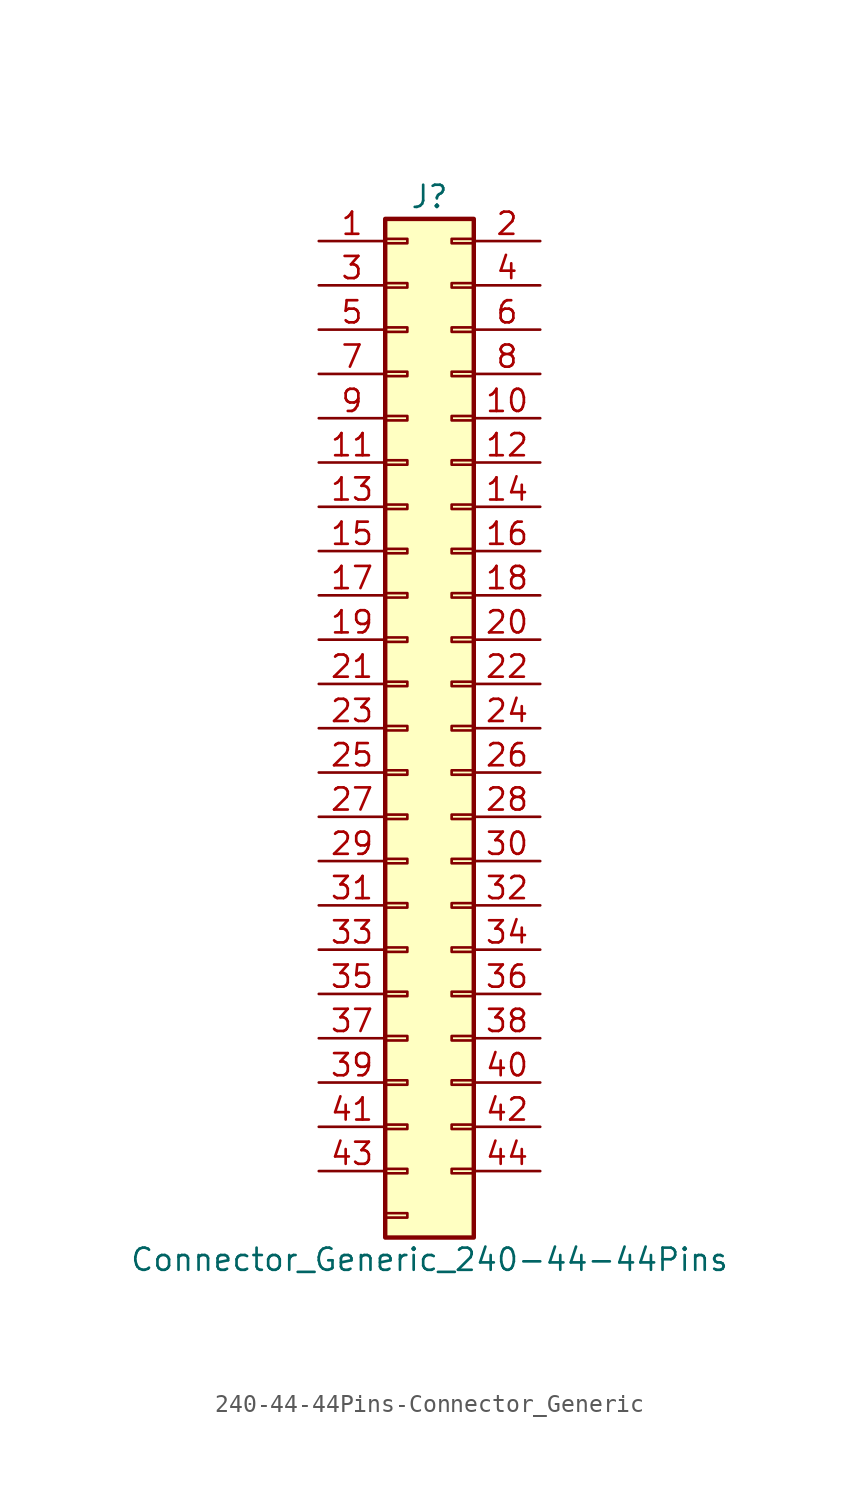
<source format=kicad_sym>
(kicad_symbol_lib
  (version 20220914)
  (generator kicad_symbol_editor)
  (symbol "240-44-44Pins-Connector_Generic"
    (pin_names
      (offset 1.016) hide)
    (property "Reference" "J"
      (at 1.27 30.48 0)
      (effects (font (size 1.27 1.27))))
    (property "Value" "Connector_Generic_240-44-44Pins"
      (at 1.27 -30.48 0)
      (effects (font (size 1.27 1.27))))
    (symbol "240-44-44Pins-Connector_Generic_1_1"
      (rectangle (start -1.27 -27.813) (end 0 -28.067) (stroke (width 0.152) (type solid)) (fill (type none)))
      (rectangle (start -1.27 -25.273) (end 0 -25.527) (stroke (width 0.152) (type solid)) (fill (type none)))
      (rectangle (start -1.27 -22.733) (end 0 -22.987) (stroke (width 0.152) (type solid)) (fill (type none)))
      (rectangle (start -1.27 -20.193) (end 0 -20.447) (stroke (width 0.152) (type solid)) (fill (type none)))
      (rectangle (start -1.27 -17.653) (end 0 -17.907) (stroke (width 0.152) (type solid)) (fill (type none)))
      (rectangle (start -1.27 -15.113) (end 0 -15.367) (stroke (width 0.152) (type solid)) (fill (type none)))
      (rectangle (start -1.27 -12.573) (end 0 -12.827) (stroke (width 0.152) (type solid)) (fill (type none)))
      (rectangle (start -1.27 -10.033) (end 0 -10.287) (stroke (width 0.152) (type solid)) (fill (type none)))
      (rectangle (start -1.27 -7.493) (end 0 -7.747) (stroke (width 0.152) (type solid)) (fill (type none)))
      (rectangle (start -1.27 -4.953) (end 0 -5.207) (stroke (width 0.152) (type solid)) (fill (type none)))
      (rectangle (start -1.27 -2.413) (end 0 -2.667) (stroke (width 0.152) (type solid)) (fill (type none)))
      (rectangle (start -1.27 0.127) (end 0 -0.127) (stroke (width 0.152) (type solid)) (fill (type none)))
      (rectangle (start -1.27 2.667) (end 0 2.413) (stroke (width 0.152) (type solid)) (fill (type none)))
      (rectangle (start -1.27 5.207) (end 0 4.953) (stroke (width 0.152) (type solid)) (fill (type none)))
      (rectangle (start -1.27 7.747) (end 0 7.493) (stroke (width 0.152) (type solid)) (fill (type none)))
      (rectangle (start -1.27 10.287) (end 0 10.033) (stroke (width 0.152) (type solid)) (fill (type none)))
      (rectangle (start -1.27 12.827) (end 0 12.573) (stroke (width 0.152) (type solid)) (fill (type none)))
      (rectangle (start -1.27 15.367) (end 0 15.113) (stroke (width 0.152) (type solid)) (fill (type none)))
      (rectangle (start -1.27 17.907) (end 0 17.653) (stroke (width 0.152) (type solid)) (fill (type none)))
      (rectangle (start -1.27 20.447) (end 0 20.193) (stroke (width 0.152) (type solid)) (fill (type none)))
      (rectangle (start -1.27 22.987) (end 0 22.733) (stroke (width 0.152) (type solid)) (fill (type none)))
      (rectangle (start -1.27 25.527) (end 0 25.273) (stroke (width 0.152) (type solid)) (fill (type none)))
      (rectangle (start -1.27 28.067) (end 0 27.813) (stroke (width 0.152) (type solid)) (fill (type none)))
      (rectangle (start -1.27 29.21) (end 3.81 -29.21) (stroke (width 0.254) (type solid)) (fill (type background)))
      (rectangle (start 3.81 -25.273) (end 2.54 -25.527) (stroke (width 0.152) (type solid)) (fill (type none)))
      (rectangle (start 3.81 -22.733) (end 2.54 -22.987) (stroke (width 0.152) (type solid)) (fill (type none)))
      (rectangle (start 3.81 -20.193) (end 2.54 -20.447) (stroke (width 0.152) (type solid)) (fill (type none)))
      (rectangle (start 3.81 -17.653) (end 2.54 -17.907) (stroke (width 0.152) (type solid)) (fill (type none)))
      (rectangle (start 3.81 -15.113) (end 2.54 -15.367) (stroke (width 0.152) (type solid)) (fill (type none)))
      (rectangle (start 3.81 -12.573) (end 2.54 -12.827) (stroke (width 0.152) (type solid)) (fill (type none)))
      (rectangle (start 3.81 -10.033) (end 2.54 -10.287) (stroke (width 0.152) (type solid)) (fill (type none)))
      (rectangle (start 3.81 -7.493) (end 2.54 -7.747) (stroke (width 0.152) (type solid)) (fill (type none)))
      (rectangle (start 3.81 -4.953) (end 2.54 -5.207) (stroke (width 0.152) (type solid)) (fill (type none)))
      (rectangle (start 3.81 -2.413) (end 2.54 -2.667) (stroke (width 0.152) (type solid)) (fill (type none)))
      (rectangle (start 3.81 0.127) (end 2.54 -0.127) (stroke (width 0.152) (type solid)) (fill (type none)))
      (rectangle (start 3.81 2.667) (end 2.54 2.413) (stroke (width 0.152) (type solid)) (fill (type none)))
      (rectangle (start 3.81 5.207) (end 2.54 4.953) (stroke (width 0.152) (type solid)) (fill (type none)))
      (rectangle (start 3.81 7.747) (end 2.54 7.493) (stroke (width 0.152) (type solid)) (fill (type none)))
      (rectangle (start 3.81 10.287) (end 2.54 10.033) (stroke (width 0.152) (type solid)) (fill (type none)))
      (rectangle (start 3.81 12.827) (end 2.54 12.573) (stroke (width 0.152) (type solid)) (fill (type none)))
      (rectangle (start 3.81 15.367) (end 2.54 15.113) (stroke (width 0.152) (type solid)) (fill (type none)))
      (rectangle (start 3.81 17.907) (end 2.54 17.653) (stroke (width 0.152) (type solid)) (fill (type none)))
      (rectangle (start 3.81 20.447) (end 2.54 20.193) (stroke (width 0.152) (type solid)) (fill (type none)))
      (rectangle (start 3.81 22.987) (end 2.54 22.733) (stroke (width 0.152) (type solid)) (fill (type none)))
      (rectangle (start 3.81 25.527) (end 2.54 25.273) (stroke (width 0.152) (type solid)) (fill (type none)))
      (rectangle (start 3.81 28.067) (end 2.54 27.813) (stroke (width 0.152) (type solid)) (fill (type none)))
      (pin passive line (at -5.08 27.94 0) (length 3.81) (name "Pin_1" (effects (font (size 1.27 1.27)))) (number "1" (effects (font (size 1.27 1.27)))))
      (pin passive line (at 7.62 17.78 180) (length 3.81) (name "Pin_10" (effects (font (size 1.27 1.27)))) (number "10" (effects (font (size 1.27 1.27)))))
      (pin passive line (at -5.08 15.24 0) (length 3.81) (name "Pin_11" (effects (font (size 1.27 1.27)))) (number "11" (effects (font (size 1.27 1.27)))))
      (pin passive line (at 7.62 15.24 180) (length 3.81) (name "Pin_12" (effects (font (size 1.27 1.27)))) (number "12" (effects (font (size 1.27 1.27)))))
      (pin passive line (at -5.08 12.7 0) (length 3.81) (name "Pin_13" (effects (font (size 1.27 1.27)))) (number "13" (effects (font (size 1.27 1.27)))))
      (pin passive line (at 7.62 12.7 180) (length 3.81) (name "Pin_14" (effects (font (size 1.27 1.27)))) (number "14" (effects (font (size 1.27 1.27)))))
      (pin passive line (at -5.08 10.16 0) (length 3.81) (name "Pin_15" (effects (font (size 1.27 1.27)))) (number "15" (effects (font (size 1.27 1.27)))))
      (pin passive line (at 7.62 10.16 180) (length 3.81) (name "Pin_16" (effects (font (size 1.27 1.27)))) (number "16" (effects (font (size 1.27 1.27)))))
      (pin passive line (at -5.08 7.62 0) (length 3.81) (name "Pin_17" (effects (font (size 1.27 1.27)))) (number "17" (effects (font (size 1.27 1.27)))))
      (pin passive line (at 7.62 7.62 180) (length 3.81) (name "Pin_18" (effects (font (size 1.27 1.27)))) (number "18" (effects (font (size 1.27 1.27)))))
      (pin passive line (at -5.08 5.08 0) (length 3.81) (name "Pin_19" (effects (font (size 1.27 1.27)))) (number "19" (effects (font (size 1.27 1.27)))))
      (pin passive line (at 7.62 27.94 180) (length 3.81) (name "Pin_2" (effects (font (size 1.27 1.27)))) (number "2" (effects (font (size 1.27 1.27)))))
      (pin passive line (at 7.62 5.08 180) (length 3.81) (name "Pin_20" (effects (font (size 1.27 1.27)))) (number "20" (effects (font (size 1.27 1.27)))))
      (pin passive line (at -5.08 2.54 0) (length 3.81) (name "Pin_21" (effects (font (size 1.27 1.27)))) (number "21" (effects (font (size 1.27 1.27)))))
      (pin passive line (at 7.62 2.54 180) (length 3.81) (name "Pin_22" (effects (font (size 1.27 1.27)))) (number "22" (effects (font (size 1.27 1.27)))))
      (pin passive line (at -5.08 0 0) (length 3.81) (name "Pin_23" (effects (font (size 1.27 1.27)))) (number "23" (effects (font (size 1.27 1.27)))))
      (pin passive line (at 7.62 0 180) (length 3.81) (name "Pin_24" (effects (font (size 1.27 1.27)))) (number "24" (effects (font (size 1.27 1.27)))))
      (pin passive line (at -5.08 -2.54 0) (length 3.81) (name "Pin_25" (effects (font (size 1.27 1.27)))) (number "25" (effects (font (size 1.27 1.27)))))
      (pin passive line (at 7.62 -2.54 180) (length 3.81) (name "Pin_26" (effects (font (size 1.27 1.27)))) (number "26" (effects (font (size 1.27 1.27)))))
      (pin passive line (at -5.08 -5.08 0) (length 3.81) (name "Pin_27" (effects (font (size 1.27 1.27)))) (number "27" (effects (font (size 1.27 1.27)))))
      (pin passive line (at 7.62 -5.08 180) (length 3.81) (name "Pin_28" (effects (font (size 1.27 1.27)))) (number "28" (effects (font (size 1.27 1.27)))))
      (pin passive line (at -5.08 -7.62 0) (length 3.81) (name "Pin_29" (effects (font (size 1.27 1.27)))) (number "29" (effects (font (size 1.27 1.27)))))
      (pin passive line (at -5.08 25.4 0) (length 3.81) (name "Pin_3" (effects (font (size 1.27 1.27)))) (number "3" (effects (font (size 1.27 1.27)))))
      (pin passive line (at 7.62 -7.62 180) (length 3.81) (name "Pin_30" (effects (font (size 1.27 1.27)))) (number "30" (effects (font (size 1.27 1.27)))))
      (pin passive line (at -5.08 -10.16 0) (length 3.81) (name "Pin_31" (effects (font (size 1.27 1.27)))) (number "31" (effects (font (size 1.27 1.27)))))
      (pin passive line (at 7.62 -10.16 180) (length 3.81) (name "Pin_32" (effects (font (size 1.27 1.27)))) (number "32" (effects (font (size 1.27 1.27)))))
      (pin passive line (at -5.08 -12.7 0) (length 3.81) (name "Pin_33" (effects (font (size 1.27 1.27)))) (number "33" (effects (font (size 1.27 1.27)))))
      (pin passive line (at 7.62 -12.7 180) (length 3.81) (name "Pin_34" (effects (font (size 1.27 1.27)))) (number "34" (effects (font (size 1.27 1.27)))))
      (pin passive line (at -5.08 -15.24 0) (length 3.81) (name "Pin_35" (effects (font (size 1.27 1.27)))) (number "35" (effects (font (size 1.27 1.27)))))
      (pin passive line (at 7.62 -15.24 180) (length 3.81) (name "Pin_36" (effects (font (size 1.27 1.27)))) (number "36" (effects (font (size 1.27 1.27)))))
      (pin passive line (at -5.08 -17.78 0) (length 3.81) (name "Pin_37" (effects (font (size 1.27 1.27)))) (number "37" (effects (font (size 1.27 1.27)))))
      (pin passive line (at 7.62 -17.78 180) (length 3.81) (name "Pin_38" (effects (font (size 1.27 1.27)))) (number "38" (effects (font (size 1.27 1.27)))))
      (pin passive line (at -5.08 -20.32 0) (length 3.81) (name "Pin_39" (effects (font (size 1.27 1.27)))) (number "39" (effects (font (size 1.27 1.27)))))
      (pin passive line (at 7.62 25.4 180) (length 3.81) (name "Pin_4" (effects (font (size 1.27 1.27)))) (number "4" (effects (font (size 1.27 1.27)))))
      (pin passive line (at 7.62 -20.32 180) (length 3.81) (name "Pin_40" (effects (font (size 1.27 1.27)))) (number "40" (effects (font (size 1.27 1.27)))))
      (pin passive line (at -5.08 -22.86 0) (length 3.81) (name "Pin_41" (effects (font (size 1.27 1.27)))) (number "41" (effects (font (size 1.27 1.27)))))
      (pin passive line (at 7.62 -22.86 180) (length 3.81) (name "Pin_42" (effects (font (size 1.27 1.27)))) (number "42" (effects (font (size 1.27 1.27)))))
      (pin passive line (at -5.08 -25.4 0) (length 3.81) (name "Pin_43" (effects (font (size 1.27 1.27)))) (number "43" (effects (font (size 1.27 1.27)))))
      (pin passive line (at 7.62 -25.4 180) (length 3.81) (name "Pin_44" (effects (font (size 1.27 1.27)))) (number "44" (effects (font (size 1.27 1.27)))))
      (pin passive line (at -5.08 22.86 0) (length 3.81) (name "Pin_5" (effects (font (size 1.27 1.27)))) (number "5" (effects (font (size 1.27 1.27)))))
      (pin passive line (at 7.62 22.86 180) (length 3.81) (name "Pin_6" (effects (font (size 1.27 1.27)))) (number "6" (effects (font (size 1.27 1.27)))))
      (pin passive line (at -5.08 20.32 0) (length 3.81) (name "Pin_7" (effects (font (size 1.27 1.27)))) (number "7" (effects (font (size 1.27 1.27)))))
      (pin passive line (at 7.62 20.32 180) (length 3.81) (name "Pin_8" (effects (font (size 1.27 1.27)))) (number "8" (effects (font (size 1.27 1.27)))))
      (pin passive line (at -5.08 17.78 0) (length 3.81) (name "Pin_9" (effects (font (size 1.27 1.27)))) (number "9" (effects (font (size 1.27 1.27))))))))
</source>
